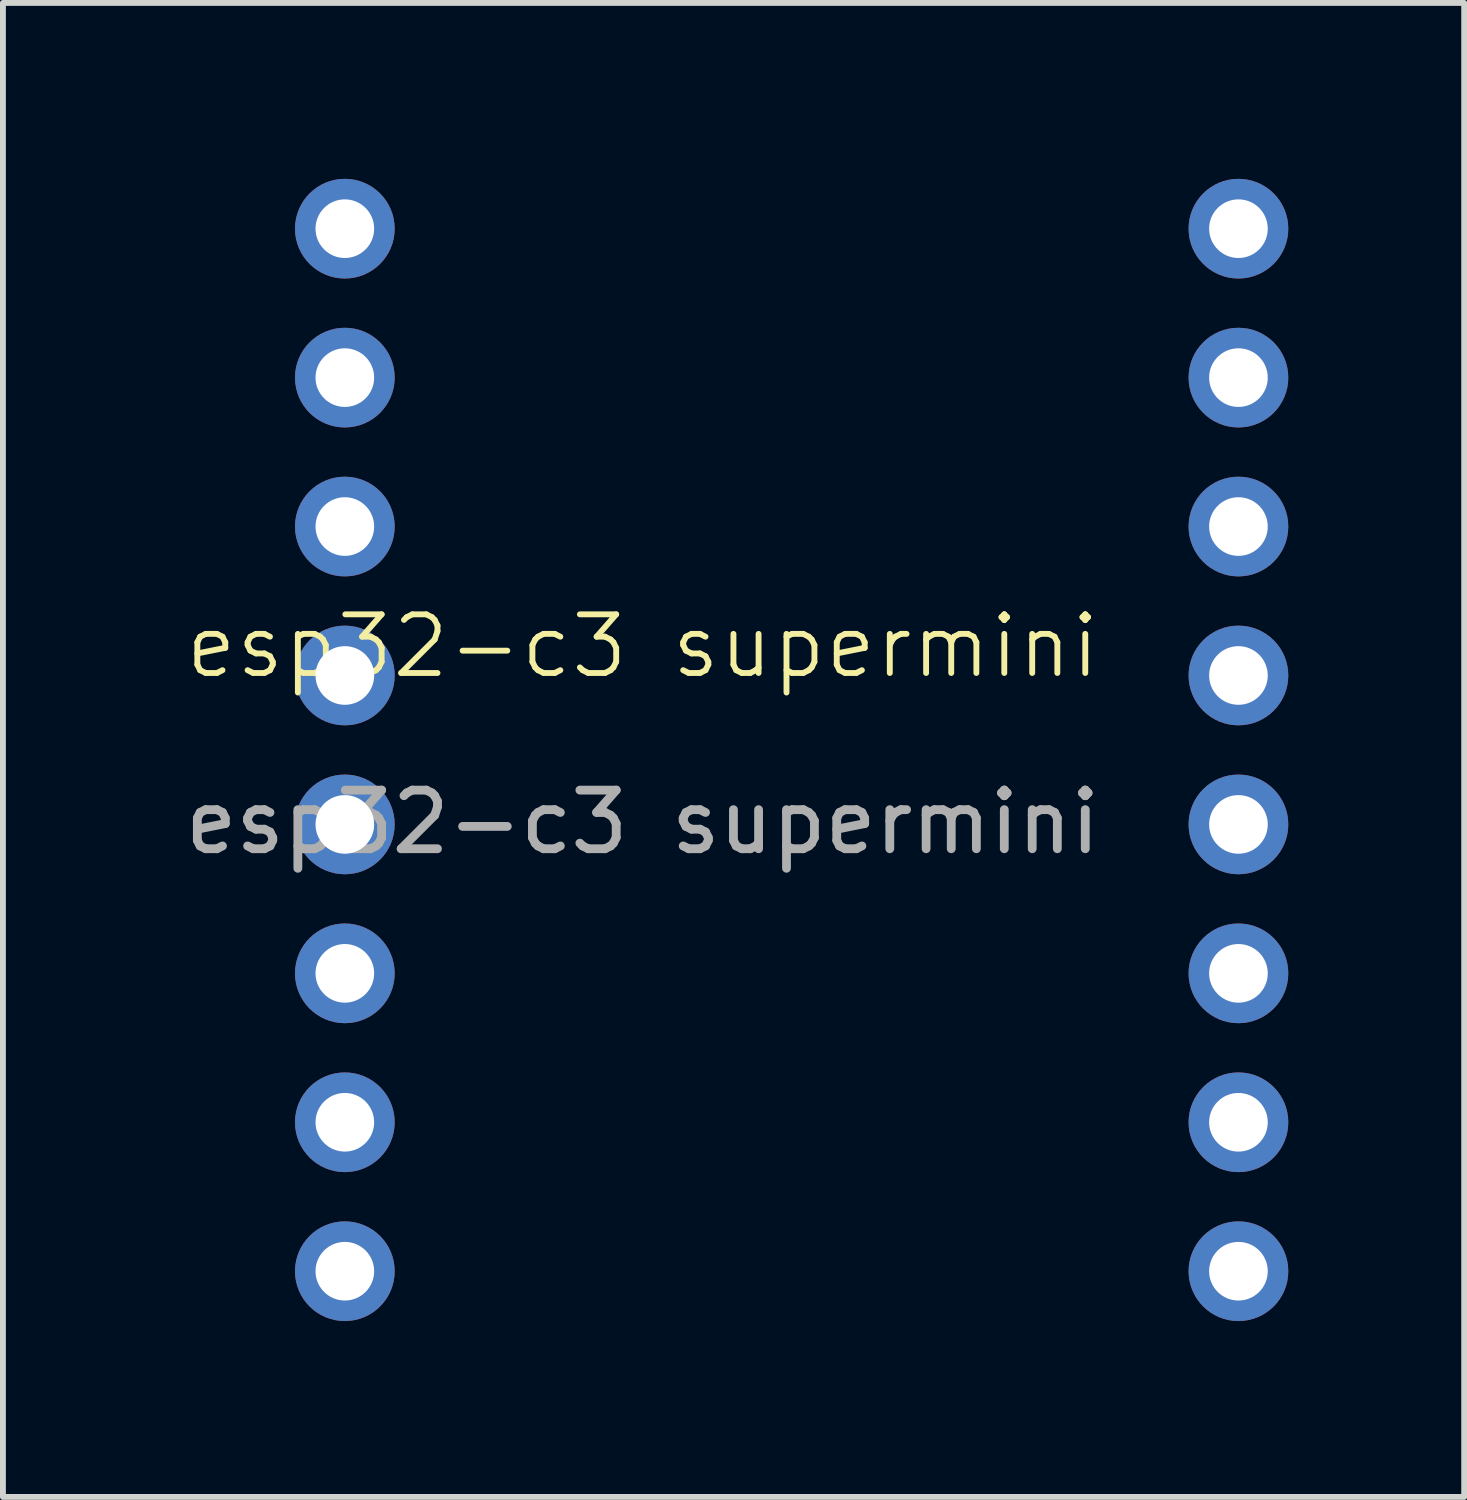
<source format=kicad_pcb>
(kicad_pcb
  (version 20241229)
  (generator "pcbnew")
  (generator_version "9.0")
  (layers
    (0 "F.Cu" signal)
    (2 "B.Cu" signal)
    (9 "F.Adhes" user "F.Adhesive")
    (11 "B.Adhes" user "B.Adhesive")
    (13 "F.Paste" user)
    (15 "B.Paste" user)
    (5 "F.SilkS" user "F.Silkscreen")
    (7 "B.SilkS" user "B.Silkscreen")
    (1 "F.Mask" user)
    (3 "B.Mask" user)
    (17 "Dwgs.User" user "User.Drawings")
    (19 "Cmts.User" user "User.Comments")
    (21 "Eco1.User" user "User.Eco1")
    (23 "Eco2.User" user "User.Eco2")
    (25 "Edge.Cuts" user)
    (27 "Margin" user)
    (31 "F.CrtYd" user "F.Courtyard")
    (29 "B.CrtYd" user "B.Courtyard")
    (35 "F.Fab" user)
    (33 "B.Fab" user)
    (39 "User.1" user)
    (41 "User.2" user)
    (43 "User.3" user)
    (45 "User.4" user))
  (footprint "esp32-c3 supermini"
    (layer "F.Cu")
    (at 7.911 8.47)
    (property "Reference" "esp32-c3 supermini" (at 0 -0.5 0) (unlocked yes) (layer "F.SilkS") (effects (font (size 1 1) (thickness 0.1))))
    (attr through_hole)
    (fp_text user "${REFERENCE}" (at 0 2.5 0) (unlocked yes) (layer "F.Fab") (effects (font (size 1 1) (thickness 0.15))))
    (pad "1" thru_hole oval (at -5.08 -7.62) (size 1.7 1.7) (drill 1) (layers "*.Cu" "*.Mask"))
    (pad "2" thru_hole oval (at -5.08 -5.08) (size 1.7 1.7) (drill 1) (layers "*.Cu" "*.Mask"))
    (pad "3" thru_hole oval (at -5.08 -2.54) (size 1.7 1.7) (drill 1) (layers "*.Cu" "*.Mask"))
    (pad "4" thru_hole oval (at -5.08 0) (size 1.7 1.7) (drill 1) (layers "*.Cu" "*.Mask"))
    (pad "5" thru_hole oval (at -5.08 2.54) (size 1.7 1.7) (drill 1) (layers "*.Cu" "*.Mask"))
    (pad "6" thru_hole oval (at -5.08 5.08) (size 1.7 1.7) (drill 1) (layers "*.Cu" "*.Mask"))
    (pad "7" thru_hole oval (at -5.08 7.62) (size 1.7 1.7) (drill 1) (layers "*.Cu" "*.Mask"))
    (pad "8" thru_hole oval (at -5.08 10.16) (size 1.7 1.7) (drill 1) (layers "*.Cu" "*.Mask"))
    (pad "9" thru_hole oval (at 10.16 10.16) (size 1.7 1.7) (drill 1) (layers "*.Cu" "*.Mask"))
    (pad "10" thru_hole oval (at 10.16 7.62) (size 1.7 1.7) (drill 1) (layers "*.Cu" "*.Mask"))
    (pad "11" thru_hole oval (at 10.16 5.08) (size 1.7 1.7) (drill 1) (layers "*.Cu" "*.Mask"))
    (pad "12" thru_hole oval (at 10.16 2.54) (size 1.7 1.7) (drill 1) (layers "*.Cu" "*.Mask"))
    (pad "13" thru_hole oval (at 10.16 0) (size 1.7 1.7) (drill 1) (layers "*.Cu" "*.Mask"))
    (pad "14" thru_hole oval (at 10.16 -2.54) (size 1.7 1.7) (drill 1) (layers "*.Cu" "*.Mask"))
    (pad "15" thru_hole oval (at 10.16 -5.08) (size 1.7 1.7) (drill 1) (layers "*.Cu" "*.Mask"))
    (pad "16" thru_hole oval (at 10.16 -7.62) (size 1.7 1.7) (drill 1) (layers "*.Cu" "*.Mask")))
  (gr_rect
    (start -3 -3)
    (end 21.921 22.48)
    (stroke (width 0.1) (type default))
    (fill no)
    (layer "Edge.Cuts")))
</source>
